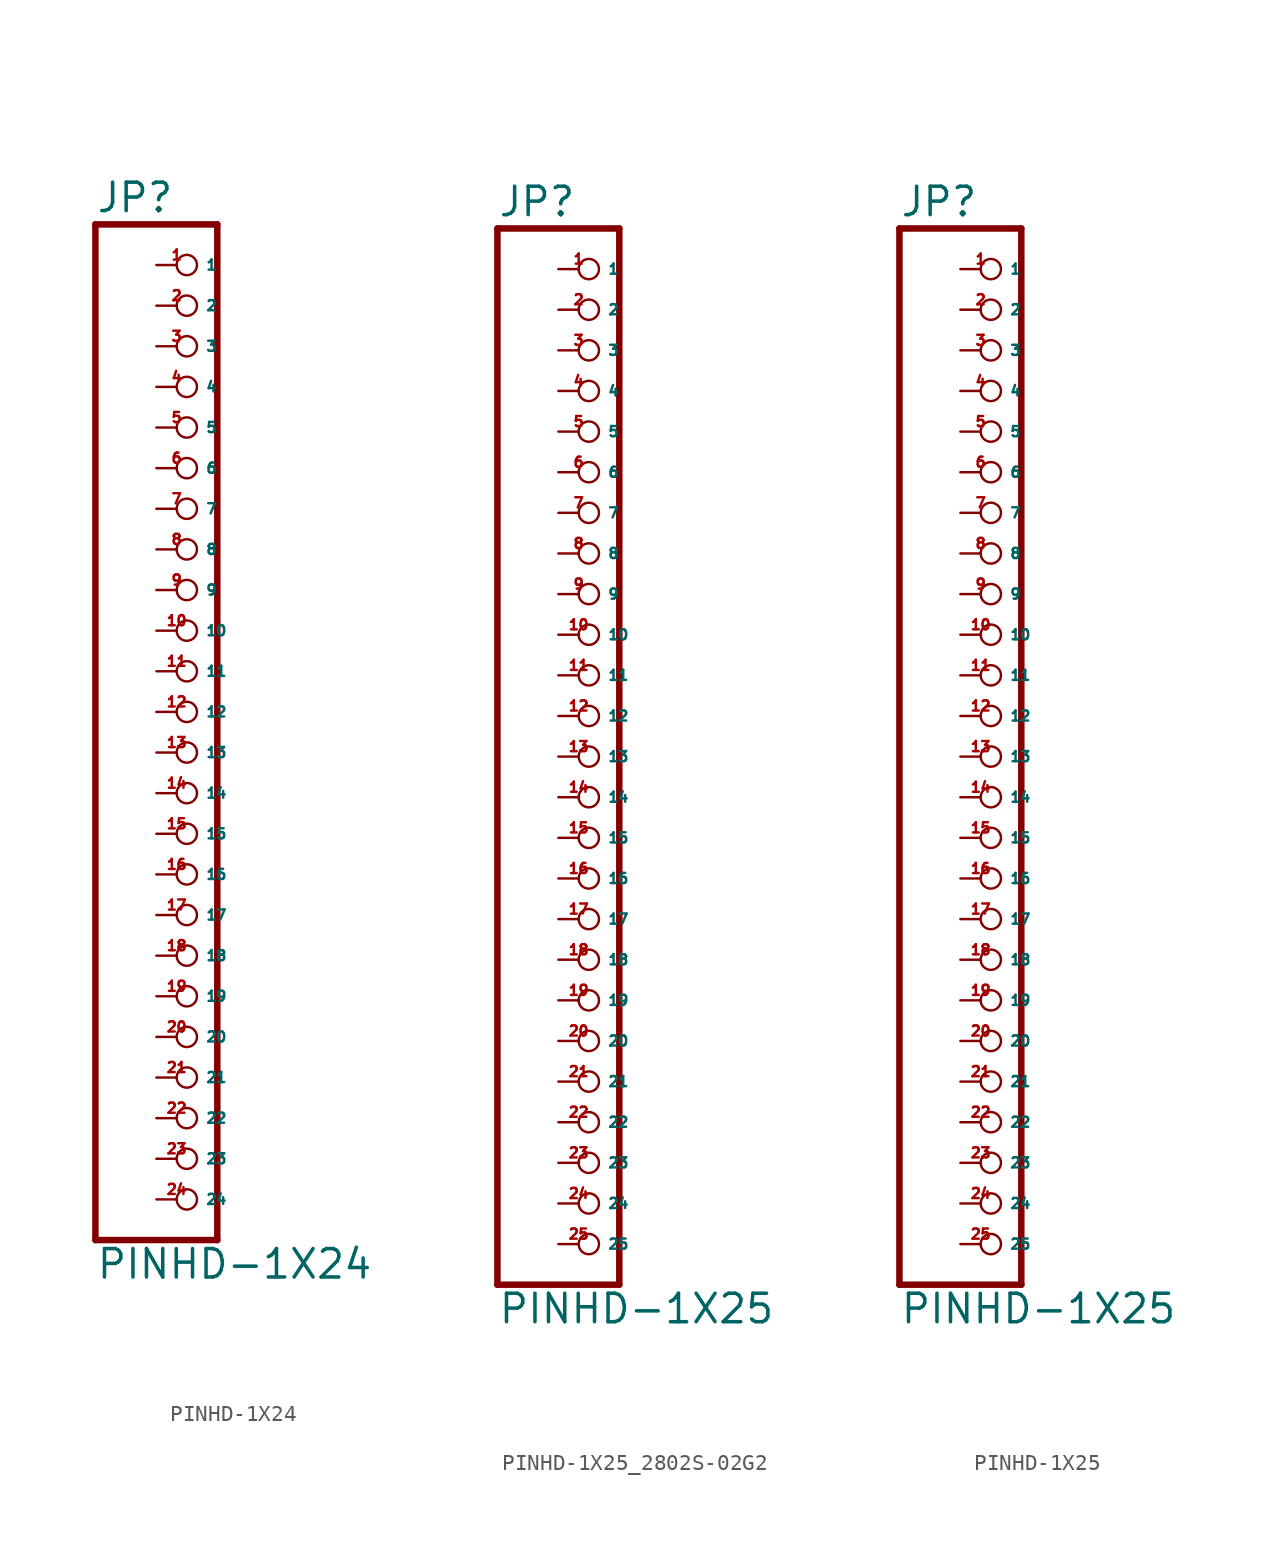
<source format=kicad_sym>
(kicad_symbol_lib
  (version 20220914)
  (generator Eagle2Kicad)
  (symbol "PINHD-1X24"
    (property "Reference" "JP"
      (at -6.35 31.115 0)
      (effects (font (size 1.778 1.778) (thickness 0.22)) (justify left bottom)))
    (property "Value" "PINHD-1X24"
      (at -6.35 -35.56 0)
      (effects (font (size 1.778 1.778) (thickness 0.22)) (justify left bottom)))
    (polyline
      (pts (xy -6.35 -33.02) (xy 1.27 -33.02))
      (stroke (width 0.406) (type default))
      (fill (type none)))
    (polyline
      (pts (xy 1.27 -33.02) (xy 1.27 30.48))
      (stroke (width 0.406) (type default))
      (fill (type none)))
    (polyline
      (pts (xy 1.27 30.48) (xy -6.35 30.48))
      (stroke (width 0.406) (type default))
      (fill (type none)))
    (polyline
      (pts (xy -6.35 30.48) (xy -6.35 -33.02))
      (stroke (width 0.406) (type default))
      (fill (type none)))
    (pin passive inverted
      (at -2.54 27.94 0)
      (length 2.54)
      (name "1" (effects (font (size 0.635 0.635) (thickness 0.08)) (justify left bottom)))
      (number "1" (effects (font (size 0.635 0.635) (thickness 0.08)) (justify left bottom))))
    (pin passive inverted
      (at -2.54 25.4 0)
      (length 2.54)
      (name "2" (effects (font (size 0.635 0.635) (thickness 0.08)) (justify left bottom)))
      (number "2" (effects (font (size 0.635 0.635) (thickness 0.08)) (justify left bottom))))
    (pin passive inverted
      (at -2.54 22.86 0)
      (length 2.54)
      (name "3" (effects (font (size 0.635 0.635) (thickness 0.08)) (justify left bottom)))
      (number "3" (effects (font (size 0.635 0.635) (thickness 0.08)) (justify left bottom))))
    (pin passive inverted
      (at -2.54 20.32 0)
      (length 2.54)
      (name "4" (effects (font (size 0.635 0.635) (thickness 0.08)) (justify left bottom)))
      (number "4" (effects (font (size 0.635 0.635) (thickness 0.08)) (justify left bottom))))
    (pin passive inverted
      (at -2.54 17.78 0)
      (length 2.54)
      (name "5" (effects (font (size 0.635 0.635) (thickness 0.08)) (justify left bottom)))
      (number "5" (effects (font (size 0.635 0.635) (thickness 0.08)) (justify left bottom))))
    (pin passive inverted
      (at -2.54 15.24 0)
      (length 2.54)
      (name "6" (effects (font (size 0.635 0.635) (thickness 0.08)) (justify left bottom)))
      (number "6" (effects (font (size 0.635 0.635) (thickness 0.08)) (justify left bottom))))
    (pin passive inverted
      (at -2.54 12.7 0)
      (length 2.54)
      (name "7" (effects (font (size 0.635 0.635) (thickness 0.08)) (justify left bottom)))
      (number "7" (effects (font (size 0.635 0.635) (thickness 0.08)) (justify left bottom))))
    (pin passive inverted
      (at -2.54 10.16 0)
      (length 2.54)
      (name "8" (effects (font (size 0.635 0.635) (thickness 0.08)) (justify left bottom)))
      (number "8" (effects (font (size 0.635 0.635) (thickness 0.08)) (justify left bottom))))
    (pin passive inverted
      (at -2.54 7.62 0)
      (length 2.54)
      (name "9" (effects (font (size 0.635 0.635) (thickness 0.08)) (justify left bottom)))
      (number "9" (effects (font (size 0.635 0.635) (thickness 0.08)) (justify left bottom))))
    (pin passive inverted
      (at -2.54 5.08 0)
      (length 2.54)
      (name "10" (effects (font (size 0.635 0.635) (thickness 0.08)) (justify left bottom)))
      (number "10" (effects (font (size 0.635 0.635) (thickness 0.08)) (justify left bottom))))
    (pin passive inverted
      (at -2.54 2.54 0)
      (length 2.54)
      (name "11" (effects (font (size 0.635 0.635) (thickness 0.08)) (justify left bottom)))
      (number "11" (effects (font (size 0.635 0.635) (thickness 0.08)) (justify left bottom))))
    (pin passive inverted
      (at -2.54 0 0)
      (length 2.54)
      (name "12" (effects (font (size 0.635 0.635) (thickness 0.08)) (justify left bottom)))
      (number "12" (effects (font (size 0.635 0.635) (thickness 0.08)) (justify left bottom))))
    (pin passive inverted
      (at -2.54 -2.54 0)
      (length 2.54)
      (name "13" (effects (font (size 0.635 0.635) (thickness 0.08)) (justify left bottom)))
      (number "13" (effects (font (size 0.635 0.635) (thickness 0.08)) (justify left bottom))))
    (pin passive inverted
      (at -2.54 -5.08 0)
      (length 2.54)
      (name "14" (effects (font (size 0.635 0.635) (thickness 0.08)) (justify left bottom)))
      (number "14" (effects (font (size 0.635 0.635) (thickness 0.08)) (justify left bottom))))
    (pin passive inverted
      (at -2.54 -7.62 0)
      (length 2.54)
      (name "15" (effects (font (size 0.635 0.635) (thickness 0.08)) (justify left bottom)))
      (number "15" (effects (font (size 0.635 0.635) (thickness 0.08)) (justify left bottom))))
    (pin passive inverted
      (at -2.54 -10.16 0)
      (length 2.54)
      (name "16" (effects (font (size 0.635 0.635) (thickness 0.08)) (justify left bottom)))
      (number "16" (effects (font (size 0.635 0.635) (thickness 0.08)) (justify left bottom))))
    (pin passive inverted
      (at -2.54 -12.7 0)
      (length 2.54)
      (name "17" (effects (font (size 0.635 0.635) (thickness 0.08)) (justify left bottom)))
      (number "17" (effects (font (size 0.635 0.635) (thickness 0.08)) (justify left bottom))))
    (pin passive inverted
      (at -2.54 -15.24 0)
      (length 2.54)
      (name "18" (effects (font (size 0.635 0.635) (thickness 0.08)) (justify left bottom)))
      (number "18" (effects (font (size 0.635 0.635) (thickness 0.08)) (justify left bottom))))
    (pin passive inverted
      (at -2.54 -17.78 0)
      (length 2.54)
      (name "19" (effects (font (size 0.635 0.635) (thickness 0.08)) (justify left bottom)))
      (number "19" (effects (font (size 0.635 0.635) (thickness 0.08)) (justify left bottom))))
    (pin passive inverted
      (at -2.54 -20.32 0)
      (length 2.54)
      (name "20" (effects (font (size 0.635 0.635) (thickness 0.08)) (justify left bottom)))
      (number "20" (effects (font (size 0.635 0.635) (thickness 0.08)) (justify left bottom))))
    (pin passive inverted
      (at -2.54 -22.86 0)
      (length 2.54)
      (name "21" (effects (font (size 0.635 0.635) (thickness 0.08)) (justify left bottom)))
      (number "21" (effects (font (size 0.635 0.635) (thickness 0.08)) (justify left bottom))))
    (pin passive inverted
      (at -2.54 -25.4 0)
      (length 2.54)
      (name "22" (effects (font (size 0.635 0.635) (thickness 0.08)) (justify left bottom)))
      (number "22" (effects (font (size 0.635 0.635) (thickness 0.08)) (justify left bottom))))
    (pin passive inverted
      (at -2.54 -27.94 0)
      (length 2.54)
      (name "23" (effects (font (size 0.635 0.635) (thickness 0.08)) (justify left bottom)))
      (number "23" (effects (font (size 0.635 0.635) (thickness 0.08)) (justify left bottom))))
    (pin passive inverted
      (at -2.54 -30.48 0)
      (length 2.54)
      (name "24" (effects (font (size 0.635 0.635) (thickness 0.08)) (justify left bottom)))
      (number "24" (effects (font (size 0.635 0.635) (thickness 0.08)) (justify left bottom)))))
  (symbol "PINHD-1X25_2802S-02G2"
    (property "Reference" "JP"
      (at -6.35 33.655 0)
      (effects (font (size 1.778 1.778) (thickness 0.22)) (justify left bottom)))
    (property "Value" "PINHD-1X25"
      (at -6.35 -35.56 0)
      (effects (font (size 1.778 1.778) (thickness 0.22)) (justify left bottom)))
    (polyline
      (pts (xy -6.35 -33.02) (xy 1.27 -33.02))
      (stroke (width 0.406) (type default))
      (fill (type none)))
    (polyline
      (pts (xy 1.27 -33.02) (xy 1.27 33.02))
      (stroke (width 0.406) (type default))
      (fill (type none)))
    (polyline
      (pts (xy 1.27 33.02) (xy -6.35 33.02))
      (stroke (width 0.406) (type default))
      (fill (type none)))
    (polyline
      (pts (xy -6.35 33.02) (xy -6.35 -33.02))
      (stroke (width 0.406) (type default))
      (fill (type none)))
    (pin passive inverted
      (at -2.54 30.48 0)
      (length 2.54)
      (name "1" (effects (font (size 0.635 0.635) (thickness 0.08)) (justify left bottom)))
      (number "1" (effects (font (size 0.635 0.635) (thickness 0.08)) (justify left bottom))))
    (pin passive inverted
      (at -2.54 27.94 0)
      (length 2.54)
      (name "2" (effects (font (size 0.635 0.635) (thickness 0.08)) (justify left bottom)))
      (number "2" (effects (font (size 0.635 0.635) (thickness 0.08)) (justify left bottom))))
    (pin passive inverted
      (at -2.54 25.4 0)
      (length 2.54)
      (name "3" (effects (font (size 0.635 0.635) (thickness 0.08)) (justify left bottom)))
      (number "3" (effects (font (size 0.635 0.635) (thickness 0.08)) (justify left bottom))))
    (pin passive inverted
      (at -2.54 22.86 0)
      (length 2.54)
      (name "4" (effects (font (size 0.635 0.635) (thickness 0.08)) (justify left bottom)))
      (number "4" (effects (font (size 0.635 0.635) (thickness 0.08)) (justify left bottom))))
    (pin passive inverted
      (at -2.54 20.32 0)
      (length 2.54)
      (name "5" (effects (font (size 0.635 0.635) (thickness 0.08)) (justify left bottom)))
      (number "5" (effects (font (size 0.635 0.635) (thickness 0.08)) (justify left bottom))))
    (pin passive inverted
      (at -2.54 17.78 0)
      (length 2.54)
      (name "6" (effects (font (size 0.635 0.635) (thickness 0.08)) (justify left bottom)))
      (number "6" (effects (font (size 0.635 0.635) (thickness 0.08)) (justify left bottom))))
    (pin passive inverted
      (at -2.54 15.24 0)
      (length 2.54)
      (name "7" (effects (font (size 0.635 0.635) (thickness 0.08)) (justify left bottom)))
      (number "7" (effects (font (size 0.635 0.635) (thickness 0.08)) (justify left bottom))))
    (pin passive inverted
      (at -2.54 12.7 0)
      (length 2.54)
      (name "8" (effects (font (size 0.635 0.635) (thickness 0.08)) (justify left bottom)))
      (number "8" (effects (font (size 0.635 0.635) (thickness 0.08)) (justify left bottom))))
    (pin passive inverted
      (at -2.54 10.16 0)
      (length 2.54)
      (name "9" (effects (font (size 0.635 0.635) (thickness 0.08)) (justify left bottom)))
      (number "9" (effects (font (size 0.635 0.635) (thickness 0.08)) (justify left bottom))))
    (pin passive inverted
      (at -2.54 7.62 0)
      (length 2.54)
      (name "10" (effects (font (size 0.635 0.635) (thickness 0.08)) (justify left bottom)))
      (number "10" (effects (font (size 0.635 0.635) (thickness 0.08)) (justify left bottom))))
    (pin passive inverted
      (at -2.54 5.08 0)
      (length 2.54)
      (name "11" (effects (font (size 0.635 0.635) (thickness 0.08)) (justify left bottom)))
      (number "11" (effects (font (size 0.635 0.635) (thickness 0.08)) (justify left bottom))))
    (pin passive inverted
      (at -2.54 2.54 0)
      (length 2.54)
      (name "12" (effects (font (size 0.635 0.635) (thickness 0.08)) (justify left bottom)))
      (number "12" (effects (font (size 0.635 0.635) (thickness 0.08)) (justify left bottom))))
    (pin passive inverted
      (at -2.54 0 0)
      (length 2.54)
      (name "13" (effects (font (size 0.635 0.635) (thickness 0.08)) (justify left bottom)))
      (number "13" (effects (font (size 0.635 0.635) (thickness 0.08)) (justify left bottom))))
    (pin passive inverted
      (at -2.54 -2.54 0)
      (length 2.54)
      (name "14" (effects (font (size 0.635 0.635) (thickness 0.08)) (justify left bottom)))
      (number "14" (effects (font (size 0.635 0.635) (thickness 0.08)) (justify left bottom))))
    (pin passive inverted
      (at -2.54 -5.08 0)
      (length 2.54)
      (name "15" (effects (font (size 0.635 0.635) (thickness 0.08)) (justify left bottom)))
      (number "15" (effects (font (size 0.635 0.635) (thickness 0.08)) (justify left bottom))))
    (pin passive inverted
      (at -2.54 -7.62 0)
      (length 2.54)
      (name "16" (effects (font (size 0.635 0.635) (thickness 0.08)) (justify left bottom)))
      (number "16" (effects (font (size 0.635 0.635) (thickness 0.08)) (justify left bottom))))
    (pin passive inverted
      (at -2.54 -10.16 0)
      (length 2.54)
      (name "17" (effects (font (size 0.635 0.635) (thickness 0.08)) (justify left bottom)))
      (number "17" (effects (font (size 0.635 0.635) (thickness 0.08)) (justify left bottom))))
    (pin passive inverted
      (at -2.54 -12.7 0)
      (length 2.54)
      (name "18" (effects (font (size 0.635 0.635) (thickness 0.08)) (justify left bottom)))
      (number "18" (effects (font (size 0.635 0.635) (thickness 0.08)) (justify left bottom))))
    (pin passive inverted
      (at -2.54 -15.24 0)
      (length 2.54)
      (name "19" (effects (font (size 0.635 0.635) (thickness 0.08)) (justify left bottom)))
      (number "19" (effects (font (size 0.635 0.635) (thickness 0.08)) (justify left bottom))))
    (pin passive inverted
      (at -2.54 -17.78 0)
      (length 2.54)
      (name "20" (effects (font (size 0.635 0.635) (thickness 0.08)) (justify left bottom)))
      (number "20" (effects (font (size 0.635 0.635) (thickness 0.08)) (justify left bottom))))
    (pin passive inverted
      (at -2.54 -20.32 0)
      (length 2.54)
      (name "21" (effects (font (size 0.635 0.635) (thickness 0.08)) (justify left bottom)))
      (number "21" (effects (font (size 0.635 0.635) (thickness 0.08)) (justify left bottom))))
    (pin passive inverted
      (at -2.54 -22.86 0)
      (length 2.54)
      (name "22" (effects (font (size 0.635 0.635) (thickness 0.08)) (justify left bottom)))
      (number "22" (effects (font (size 0.635 0.635) (thickness 0.08)) (justify left bottom))))
    (pin passive inverted
      (at -2.54 -25.4 0)
      (length 2.54)
      (name "23" (effects (font (size 0.635 0.635) (thickness 0.08)) (justify left bottom)))
      (number "23" (effects (font (size 0.635 0.635) (thickness 0.08)) (justify left bottom))))
    (pin passive inverted
      (at -2.54 -27.94 0)
      (length 2.54)
      (name "24" (effects (font (size 0.635 0.635) (thickness 0.08)) (justify left bottom)))
      (number "24" (effects (font (size 0.635 0.635) (thickness 0.08)) (justify left bottom))))
    (pin passive inverted
      (at -2.54 -30.48 0)
      (length 2.54)
      (name "25" (effects (font (size 0.635 0.635) (thickness 0.08)) (justify left bottom)))
      (number "25" (effects (font (size 0.635 0.635) (thickness 0.08)) (justify left bottom)))))
  (symbol "PINHD-1X25"
    (property "Reference" "JP"
      (at -6.35 33.655 0)
      (effects (font (size 1.778 1.778) (thickness 0.22)) (justify left bottom)))
    (property "Value" "PINHD-1X25"
      (at -6.35 -35.56 0)
      (effects (font (size 1.778 1.778) (thickness 0.22)) (justify left bottom)))
    (polyline
      (pts (xy -6.35 -33.02) (xy 1.27 -33.02))
      (stroke (width 0.406) (type default))
      (fill (type none)))
    (polyline
      (pts (xy 1.27 -33.02) (xy 1.27 33.02))
      (stroke (width 0.406) (type default))
      (fill (type none)))
    (polyline
      (pts (xy 1.27 33.02) (xy -6.35 33.02))
      (stroke (width 0.406) (type default))
      (fill (type none)))
    (polyline
      (pts (xy -6.35 33.02) (xy -6.35 -33.02))
      (stroke (width 0.406) (type default))
      (fill (type none)))
    (pin passive inverted
      (at -2.54 30.48 0)
      (length 2.54)
      (name "1" (effects (font (size 0.635 0.635) (thickness 0.08)) (justify left bottom)))
      (number "1" (effects (font (size 0.635 0.635) (thickness 0.08)) (justify left bottom))))
    (pin passive inverted
      (at -2.54 27.94 0)
      (length 2.54)
      (name "2" (effects (font (size 0.635 0.635) (thickness 0.08)) (justify left bottom)))
      (number "2" (effects (font (size 0.635 0.635) (thickness 0.08)) (justify left bottom))))
    (pin passive inverted
      (at -2.54 25.4 0)
      (length 2.54)
      (name "3" (effects (font (size 0.635 0.635) (thickness 0.08)) (justify left bottom)))
      (number "3" (effects (font (size 0.635 0.635) (thickness 0.08)) (justify left bottom))))
    (pin passive inverted
      (at -2.54 22.86 0)
      (length 2.54)
      (name "4" (effects (font (size 0.635 0.635) (thickness 0.08)) (justify left bottom)))
      (number "4" (effects (font (size 0.635 0.635) (thickness 0.08)) (justify left bottom))))
    (pin passive inverted
      (at -2.54 20.32 0)
      (length 2.54)
      (name "5" (effects (font (size 0.635 0.635) (thickness 0.08)) (justify left bottom)))
      (number "5" (effects (font (size 0.635 0.635) (thickness 0.08)) (justify left bottom))))
    (pin passive inverted
      (at -2.54 17.78 0)
      (length 2.54)
      (name "6" (effects (font (size 0.635 0.635) (thickness 0.08)) (justify left bottom)))
      (number "6" (effects (font (size 0.635 0.635) (thickness 0.08)) (justify left bottom))))
    (pin passive inverted
      (at -2.54 15.24 0)
      (length 2.54)
      (name "7" (effects (font (size 0.635 0.635) (thickness 0.08)) (justify left bottom)))
      (number "7" (effects (font (size 0.635 0.635) (thickness 0.08)) (justify left bottom))))
    (pin passive inverted
      (at -2.54 12.7 0)
      (length 2.54)
      (name "8" (effects (font (size 0.635 0.635) (thickness 0.08)) (justify left bottom)))
      (number "8" (effects (font (size 0.635 0.635) (thickness 0.08)) (justify left bottom))))
    (pin passive inverted
      (at -2.54 10.16 0)
      (length 2.54)
      (name "9" (effects (font (size 0.635 0.635) (thickness 0.08)) (justify left bottom)))
      (number "9" (effects (font (size 0.635 0.635) (thickness 0.08)) (justify left bottom))))
    (pin passive inverted
      (at -2.54 7.62 0)
      (length 2.54)
      (name "10" (effects (font (size 0.635 0.635) (thickness 0.08)) (justify left bottom)))
      (number "10" (effects (font (size 0.635 0.635) (thickness 0.08)) (justify left bottom))))
    (pin passive inverted
      (at -2.54 5.08 0)
      (length 2.54)
      (name "11" (effects (font (size 0.635 0.635) (thickness 0.08)) (justify left bottom)))
      (number "11" (effects (font (size 0.635 0.635) (thickness 0.08)) (justify left bottom))))
    (pin passive inverted
      (at -2.54 2.54 0)
      (length 2.54)
      (name "12" (effects (font (size 0.635 0.635) (thickness 0.08)) (justify left bottom)))
      (number "12" (effects (font (size 0.635 0.635) (thickness 0.08)) (justify left bottom))))
    (pin passive inverted
      (at -2.54 0 0)
      (length 2.54)
      (name "13" (effects (font (size 0.635 0.635) (thickness 0.08)) (justify left bottom)))
      (number "13" (effects (font (size 0.635 0.635) (thickness 0.08)) (justify left bottom))))
    (pin passive inverted
      (at -2.54 -2.54 0)
      (length 2.54)
      (name "14" (effects (font (size 0.635 0.635) (thickness 0.08)) (justify left bottom)))
      (number "14" (effects (font (size 0.635 0.635) (thickness 0.08)) (justify left bottom))))
    (pin passive inverted
      (at -2.54 -5.08 0)
      (length 2.54)
      (name "15" (effects (font (size 0.635 0.635) (thickness 0.08)) (justify left bottom)))
      (number "15" (effects (font (size 0.635 0.635) (thickness 0.08)) (justify left bottom))))
    (pin passive inverted
      (at -2.54 -7.62 0)
      (length 2.54)
      (name "16" (effects (font (size 0.635 0.635) (thickness 0.08)) (justify left bottom)))
      (number "16" (effects (font (size 0.635 0.635) (thickness 0.08)) (justify left bottom))))
    (pin passive inverted
      (at -2.54 -10.16 0)
      (length 2.54)
      (name "17" (effects (font (size 0.635 0.635) (thickness 0.08)) (justify left bottom)))
      (number "17" (effects (font (size 0.635 0.635) (thickness 0.08)) (justify left bottom))))
    (pin passive inverted
      (at -2.54 -12.7 0)
      (length 2.54)
      (name "18" (effects (font (size 0.635 0.635) (thickness 0.08)) (justify left bottom)))
      (number "18" (effects (font (size 0.635 0.635) (thickness 0.08)) (justify left bottom))))
    (pin passive inverted
      (at -2.54 -15.24 0)
      (length 2.54)
      (name "19" (effects (font (size 0.635 0.635) (thickness 0.08)) (justify left bottom)))
      (number "19" (effects (font (size 0.635 0.635) (thickness 0.08)) (justify left bottom))))
    (pin passive inverted
      (at -2.54 -17.78 0)
      (length 2.54)
      (name "20" (effects (font (size 0.635 0.635) (thickness 0.08)) (justify left bottom)))
      (number "20" (effects (font (size 0.635 0.635) (thickness 0.08)) (justify left bottom))))
    (pin passive inverted
      (at -2.54 -20.32 0)
      (length 2.54)
      (name "21" (effects (font (size 0.635 0.635) (thickness 0.08)) (justify left bottom)))
      (number "21" (effects (font (size 0.635 0.635) (thickness 0.08)) (justify left bottom))))
    (pin passive inverted
      (at -2.54 -22.86 0)
      (length 2.54)
      (name "22" (effects (font (size 0.635 0.635) (thickness 0.08)) (justify left bottom)))
      (number "22" (effects (font (size 0.635 0.635) (thickness 0.08)) (justify left bottom))))
    (pin passive inverted
      (at -2.54 -25.4 0)
      (length 2.54)
      (name "23" (effects (font (size 0.635 0.635) (thickness 0.08)) (justify left bottom)))
      (number "23" (effects (font (size 0.635 0.635) (thickness 0.08)) (justify left bottom))))
    (pin passive inverted
      (at -2.54 -27.94 0)
      (length 2.54)
      (name "24" (effects (font (size 0.635 0.635) (thickness 0.08)) (justify left bottom)))
      (number "24" (effects (font (size 0.635 0.635) (thickness 0.08)) (justify left bottom))))
    (pin passive inverted
      (at -2.54 -30.48 0)
      (length 2.54)
      (name "25" (effects (font (size 0.635 0.635) (thickness 0.08)) (justify left bottom)))
      (number "25" (effects (font (size 0.635 0.635) (thickness 0.08)) (justify left bottom))))))
</source>
